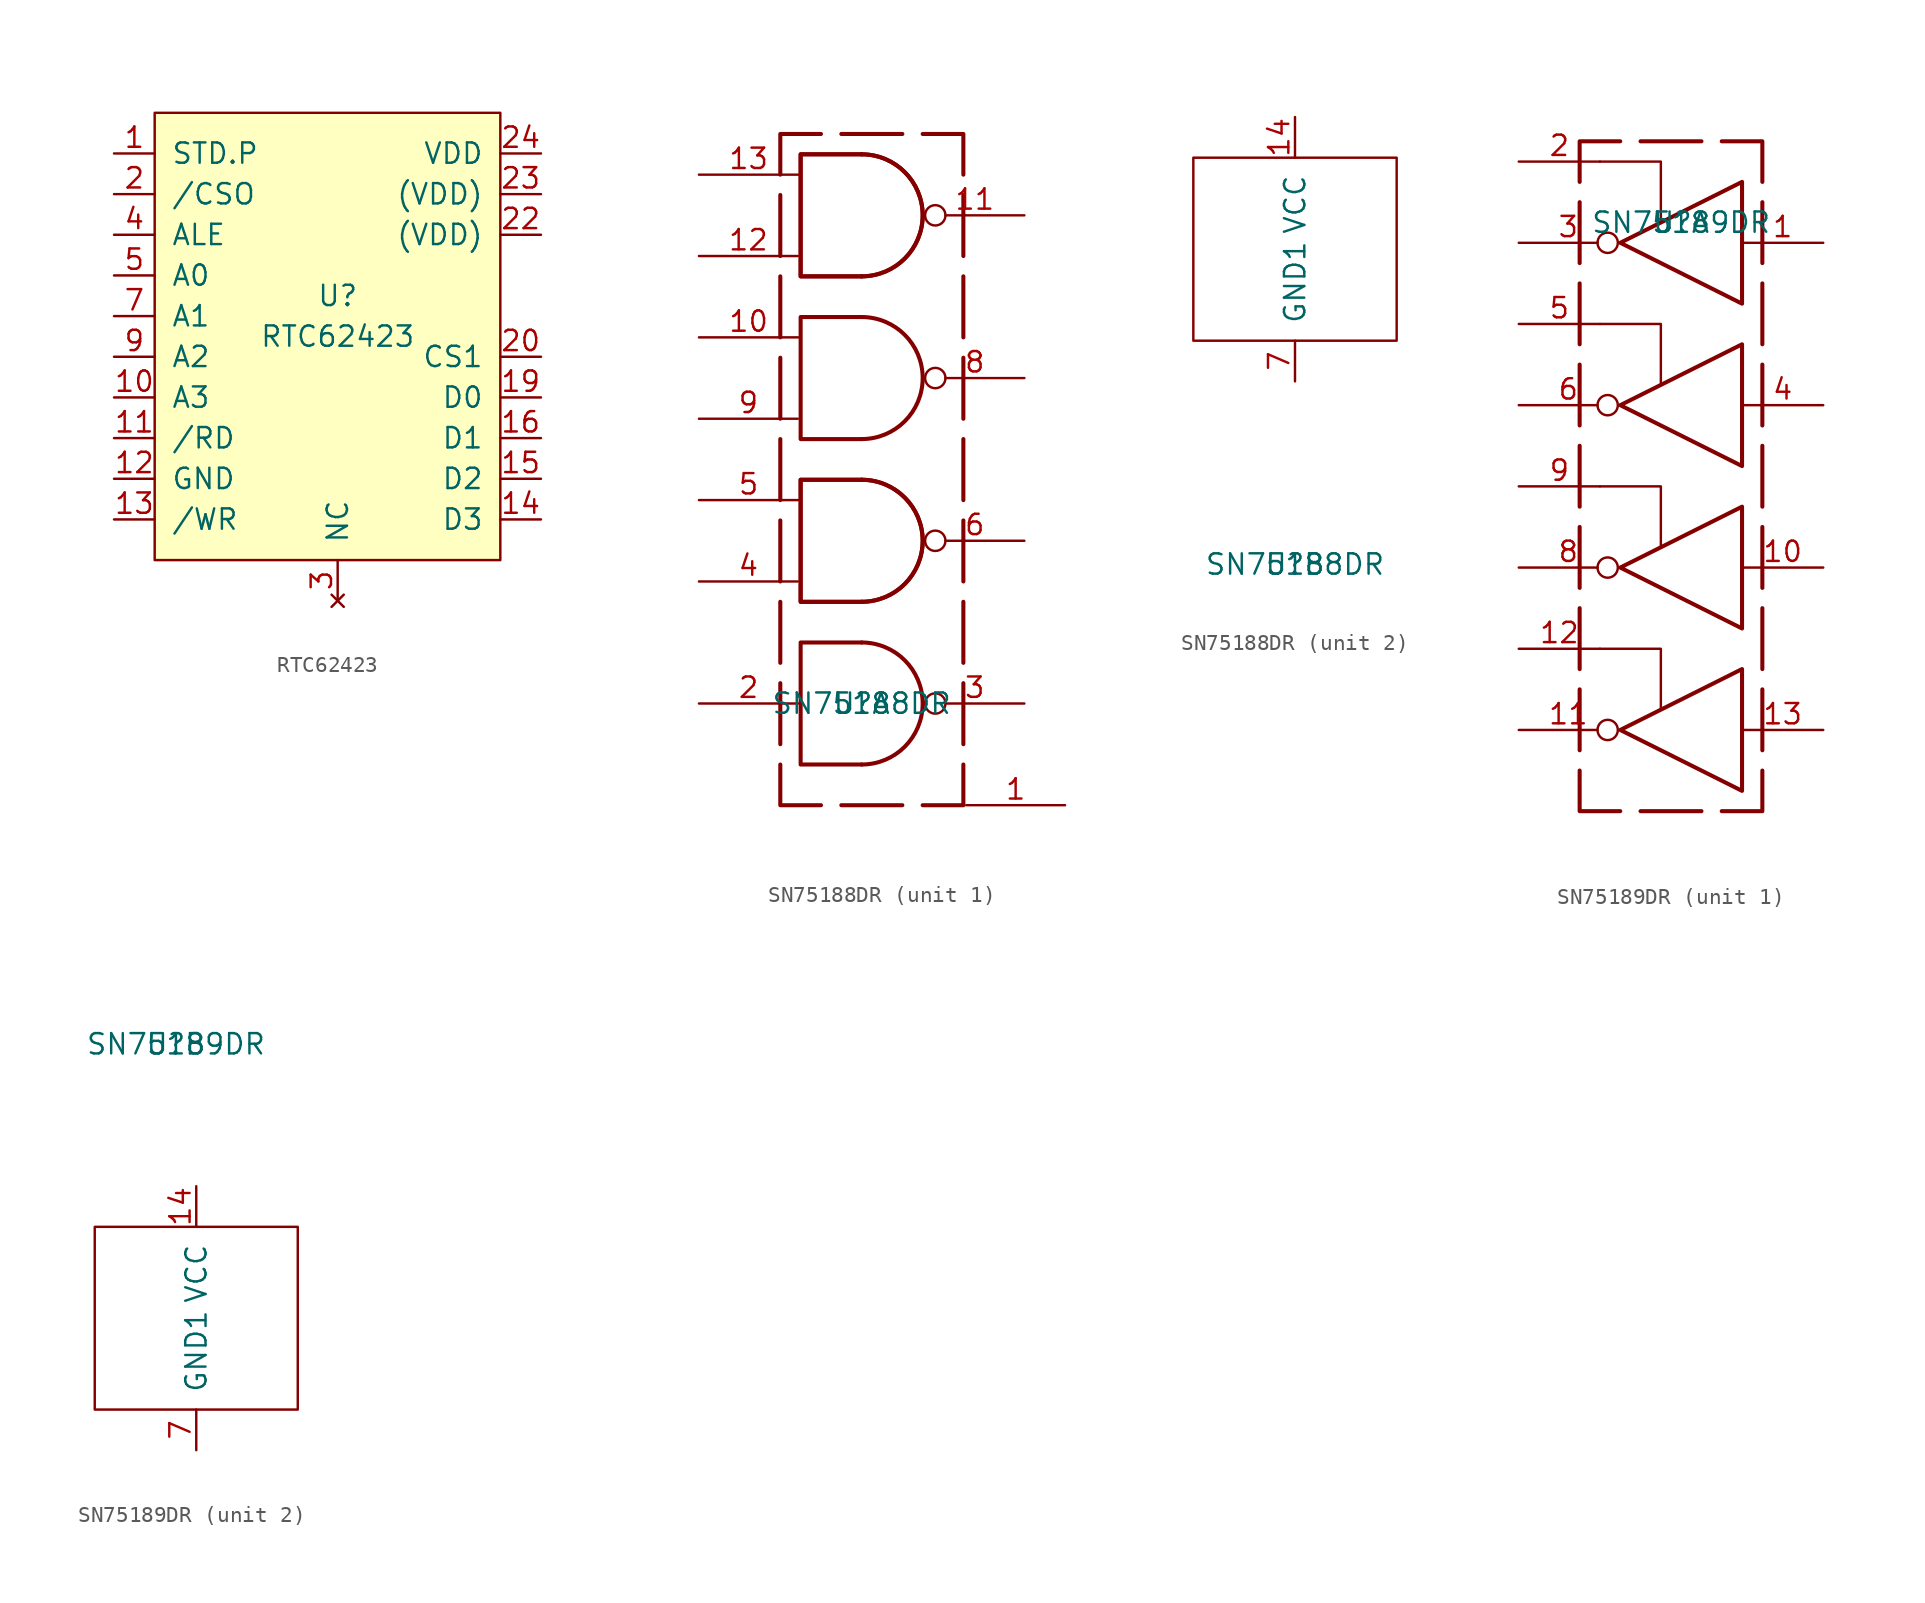
<source format=kicad_sym>
(kicad_symbol_lib
  (version 20220914)
  (generator kicad_symbol_editor)
  (symbol "RTC62423"
    (pin_names
      (offset 1.016))
    (property "Reference" "U"
      (at 0 2.54 0)
      (effects (font (size 1.27 1.27))))
    (property "Value" "RTC62423"
      (at 0 0 0)
      (effects (font (size 1.27 1.27))))
    (symbol "RTC62423_0_1"
      (rectangle (start -11.43 13.97) (end 10.16 -13.97) (stroke (width 0) (type solid)) (fill (type background))))
    (symbol "RTC62423_1_0"
      (pin no_connect line (at 0 -16.51 90) (length 2.54) hide (name "NC" (effects (font (size 1.27 1.27)))) (number "17" (effects (font (size 1.27 1.27)))))
      (pin no_connect line (at 0 -16.51 90) (length 2.54) hide (name "NC" (effects (font (size 1.27 1.27)))) (number "18" (effects (font (size 1.27 1.27)))))
      (pin no_connect line (at 0 -16.51 90) (length 2.54) hide (name "NC" (effects (font (size 1.27 1.27)))) (number "21" (effects (font (size 1.27 1.27)))))
      (pin no_connect line (at 0 -16.51 90) (length 2.54) (name "NC" (effects (font (size 1.27 1.27)))) (number "3" (effects (font (size 1.27 1.27)))))
      (pin no_connect line (at 0 -16.51 90) (length 2.54) hide (name "NC" (effects (font (size 1.27 1.27)))) (number "6" (effects (font (size 1.27 1.27)))))
      (pin no_connect line (at 0 -16.51 90) (length 2.54) hide (name "NC" (effects (font (size 1.27 1.27)))) (number "8" (effects (font (size 1.27 1.27))))))
    (symbol "RTC62423_1_1"
      (pin passive line (at -13.97 11.43 0) (length 2.54) (name "STD.P" (effects (font (size 1.27 1.27)))) (number "1" (effects (font (size 1.27 1.27)))))
      (pin passive line (at -13.97 -3.81 0) (length 2.54) (name "A3" (effects (font (size 1.27 1.27)))) (number "10" (effects (font (size 1.27 1.27)))))
      (pin passive line (at -13.97 -6.35 0) (length 2.54) (name "/RD" (effects (font (size 1.27 1.27)))) (number "11" (effects (font (size 1.27 1.27)))))
      (pin power_in line (at -13.97 -8.89 0) (length 2.54) (name "GND" (effects (font (size 1.27 1.27)))) (number "12" (effects (font (size 1.27 1.27)))))
      (pin passive line (at -13.97 -11.43 0) (length 2.54) (name "/WR" (effects (font (size 1.27 1.27)))) (number "13" (effects (font (size 1.27 1.27)))))
      (pin passive line (at 12.7 -11.43 180) (length 2.54) (name "D3" (effects (font (size 1.27 1.27)))) (number "14" (effects (font (size 1.27 1.27)))))
      (pin passive line (at 12.7 -8.89 180) (length 2.54) (name "D2" (effects (font (size 1.27 1.27)))) (number "15" (effects (font (size 1.27 1.27)))))
      (pin passive line (at 12.7 -6.35 180) (length 2.54) (name "D1" (effects (font (size 1.27 1.27)))) (number "16" (effects (font (size 1.27 1.27)))))
      (pin passive line (at 12.7 -3.81 180) (length 2.54) (name "D0" (effects (font (size 1.27 1.27)))) (number "19" (effects (font (size 1.27 1.27)))))
      (pin passive line (at -13.97 8.89 0) (length 2.54) (name "/CSO" (effects (font (size 1.27 1.27)))) (number "2" (effects (font (size 1.27 1.27)))))
      (pin passive line (at 12.7 -1.27 180) (length 2.54) (name "CS1" (effects (font (size 1.27 1.27)))) (number "20" (effects (font (size 1.27 1.27)))))
      (pin passive line (at 12.7 6.35 180) (length 2.54) (name "(VDD)" (effects (font (size 1.27 1.27)))) (number "22" (effects (font (size 1.27 1.27)))))
      (pin passive line (at 12.7 8.89 180) (length 2.54) (name "(VDD)" (effects (font (size 1.27 1.27)))) (number "23" (effects (font (size 1.27 1.27)))))
      (pin power_in line (at 12.7 11.43 180) (length 2.54) (name "VDD" (effects (font (size 1.27 1.27)))) (number "24" (effects (font (size 1.27 1.27)))))
      (pin passive line (at -13.97 6.35 0) (length 2.54) (name "ALE" (effects (font (size 1.27 1.27)))) (number "4" (effects (font (size 1.27 1.27)))))
      (pin passive line (at -13.97 3.81 0) (length 2.54) (name "A0" (effects (font (size 1.27 1.27)))) (number "5" (effects (font (size 1.27 1.27)))))
      (pin passive line (at -13.97 1.27 0) (length 2.54) (name "A1" (effects (font (size 1.27 1.27)))) (number "7" (effects (font (size 1.27 1.27)))))
      (pin passive line (at -13.97 -1.27 0) (length 2.54) (name "A2" (effects (font (size 1.27 1.27)))) (number "9" (effects (font (size 1.27 1.27)))))))
  (symbol "SN75188DR"
    (pin_names
      (offset 1.016))
    (property "Reference" "U"
      (at 0 -20.32 0)
      (effects (font (size 1.27 1.27))))
    (property "Value" "SN75188DR"
      (at 0 -20.32 0)
      (effects (font (size 1.27 1.27))))
    (property "ki_locked" ""
      (at 0 0 0)
      (effects (font (size 1.27 1.27))))
    (symbol "SN75188DR_1_1"
      (arc (start 0 -24.13) (mid 3.7934 -20.32) (end 0 -16.51) (stroke (width 0.254) (type solid)) (fill (type none)))
      (arc (start 0 -13.97) (mid 3.7934 -10.16) (end 0 -6.35) (stroke (width 0.254) (type solid)) (fill (type none)))
      (arc (start 0 -13.97) (mid 3.7934 -10.16) (end 0 -6.35) (stroke (width 0.254) (type solid)) (fill (type none)))
      (arc (start 0 -3.81) (mid 3.7934 0) (end 0 3.81) (stroke (width 0.254) (type solid)) (fill (type none)))
      (polyline (pts (xy -5.08 -19.05) (xy -5.08 -22.86)) (stroke (width 0.254) (type solid)) (fill (type none)))
      (polyline (pts (xy -5.08 -13.97) (xy -5.08 -17.78)) (stroke (width 0.254) (type solid)) (fill (type none)))
      (polyline (pts (xy -5.08 -8.89) (xy -5.08 -12.7)) (stroke (width 0.254) (type solid)) (fill (type none)))
      (polyline (pts (xy -5.08 -3.81) (xy -5.08 -7.62)) (stroke (width 0.254) (type solid)) (fill (type none)))
      (polyline (pts (xy -5.08 1.27) (xy -5.08 -2.54)) (stroke (width 0.254) (type solid)) (fill (type none)))
      (polyline (pts (xy -5.08 6.35) (xy -5.08 2.54)) (stroke (width 0.254) (type solid)) (fill (type none)))
      (polyline (pts (xy -5.08 11.43) (xy -5.08 7.62)) (stroke (width 0.254) (type solid)) (fill (type none)))
      (polyline (pts (xy -1.27 -26.67) (xy 2.54 -26.67)) (stroke (width 0.254) (type solid)) (fill (type none)))
      (polyline (pts (xy -1.27 15.24) (xy 2.54 15.24)) (stroke (width 0.254) (type solid)) (fill (type none)))
      (polyline (pts (xy 6.35 -19.05) (xy 6.35 -22.86)) (stroke (width 0.254) (type solid)) (fill (type none)))
      (polyline (pts (xy 6.35 -13.97) (xy 6.35 -17.78)) (stroke (width 0.254) (type solid)) (fill (type none)))
      (polyline (pts (xy 6.35 -8.89) (xy 6.35 -12.7)) (stroke (width 0.254) (type solid)) (fill (type none)))
      (polyline (pts (xy 6.35 -3.81) (xy 6.35 -7.62)) (stroke (width 0.254) (type solid)) (fill (type none)))
      (polyline (pts (xy 6.35 1.27) (xy 6.35 -2.54)) (stroke (width 0.254) (type solid)) (fill (type none)))
      (polyline (pts (xy 6.35 6.35) (xy 6.35 2.54)) (stroke (width 0.254) (type solid)) (fill (type none)))
      (polyline (pts (xy 6.35 11.43) (xy 6.35 7.62)) (stroke (width 0.254) (type solid)) (fill (type none)))
      (polyline (pts (xy -2.54 -26.67) (xy -5.08 -26.67) (xy -5.08 -24.13)) (stroke (width 0.254) (type solid)) (fill (type none)))
      (polyline (pts (xy -2.54 15.24) (xy -5.08 15.24) (xy -5.08 12.7)) (stroke (width 0.254) (type solid)) (fill (type none)))
      (polyline (pts (xy 3.81 -26.67) (xy 6.35 -26.67) (xy 6.35 -24.13)) (stroke (width 0.254) (type solid)) (fill (type none)))
      (polyline (pts (xy 3.81 15.24) (xy 6.35 15.24) (xy 6.35 12.7)) (stroke (width 0.254) (type solid)) (fill (type none)))
      (polyline (pts (xy 0 -24.13) (xy -3.81 -24.13) (xy -3.81 -16.51) (xy 0 -16.51)) (stroke (width 0.254) (type solid)) (fill (type none)))
      (polyline (pts (xy 0 -13.97) (xy -3.81 -13.97) (xy -3.81 -6.35) (xy 0 -6.35)) (stroke (width 0.254) (type solid)) (fill (type none)))
      (polyline (pts (xy 0 -13.97) (xy -3.81 -13.97) (xy -3.81 -6.35) (xy 0 -6.35)) (stroke (width 0.254) (type solid)) (fill (type none)))
      (polyline (pts (xy 0 -3.81) (xy -3.81 -3.81) (xy -3.81 3.81) (xy 0 3.81)) (stroke (width 0.254) (type solid)) (fill (type none)))
      (polyline (pts (xy 0 6.35) (xy -3.81 6.35) (xy -3.81 13.97) (xy 0 13.97)) (stroke (width 0.254) (type solid)) (fill (type none)))
      (polyline (pts (xy 0 6.35) (xy -3.81 6.35) (xy -3.81 13.97) (xy 0 13.97)) (stroke (width 0.254) (type solid)) (fill (type none)))
      (arc (start 0 6.35) (mid 3.7934 10.16) (end 0 13.97) (stroke (width 0.254) (type solid)) (fill (type none)))
      (arc (start 0 6.35) (mid 3.7934 10.16) (end 0 13.97) (stroke (width 0.254) (type solid)) (fill (type none)))
      (pin input line (at 12.7 -26.67 180) (length 6.172) (name "~" (effects (font (size 1.27 1.27)))) (number "1" (effects (font (size 1.27 1.27)))))
      (pin input line (at -10.16 2.54 0) (length 6.198) (name "~" (effects (font (size 1.27 1.27)))) (number "10" (effects (font (size 1.27 1.27)))))
      (pin output inverted (at 10.16 10.16 180) (length 6.198) (name "~" (effects (font (size 1.27 1.27)))) (number "11" (effects (font (size 1.27 1.27)))))
      (pin input line (at -10.16 7.62 0) (length 6.172) (name "~" (effects (font (size 1.27 1.27)))) (number "12" (effects (font (size 1.27 1.27)))))
      (pin input line (at -10.16 12.7 0) (length 6.198) (name "~" (effects (font (size 1.27 1.27)))) (number "13" (effects (font (size 1.27 1.27)))))
      (pin input line (at -10.16 -20.32 0) (length 6.198) (name "~" (effects (font (size 1.27 1.27)))) (number "2" (effects (font (size 1.27 1.27)))))
      (pin output inverted (at 10.16 -20.32 180) (length 6.198) (name "~" (effects (font (size 1.27 1.27)))) (number "3" (effects (font (size 1.27 1.27)))))
      (pin input line (at -10.16 -12.7 0) (length 6.172) (name "~" (effects (font (size 1.27 1.27)))) (number "4" (effects (font (size 1.27 1.27)))))
      (pin input line (at -10.16 -7.62 0) (length 6.198) (name "~" (effects (font (size 1.27 1.27)))) (number "5" (effects (font (size 1.27 1.27)))))
      (pin output inverted (at 10.16 -10.16 180) (length 6.198) (name "~" (effects (font (size 1.27 1.27)))) (number "6" (effects (font (size 1.27 1.27)))))
      (pin output inverted (at 10.16 0 180) (length 6.198) (name "~" (effects (font (size 1.27 1.27)))) (number "8" (effects (font (size 1.27 1.27)))))
      (pin input line (at -10.16 -2.54 0) (length 6.172) (name "~" (effects (font (size 1.27 1.27)))) (number "9" (effects (font (size 1.27 1.27))))))
    (symbol "SN75188DR_2_1"
      (rectangle (start -6.35 5.08) (end 6.35 -6.35) (stroke (width 0) (type solid)) (fill (type none)))
      (pin passive line (at 0 7.62 270) (length 2.54) (name "VCC" (effects (font (size 1.27 1.27)))) (number "14" (effects (font (size 1.27 1.27)))))
      (pin passive line (at 0 -8.89 90) (length 2.54) (name "GND1" (effects (font (size 1.27 1.27)))) (number "7" (effects (font (size 1.27 1.27)))))))
  (symbol "SN75189DR"
    (pin_names
      (offset 1.016))
    (property "Reference" "U"
      (at -1.27 16.51 0)
      (effects (font (size 1.27 1.27))))
    (property "Value" "SN75189DR"
      (at -1.27 16.51 0)
      (effects (font (size 1.27 1.27))))
    (property "ki_locked" ""
      (at 0 0 0)
      (effects (font (size 1.27 1.27))))
    (symbol "SN75189DR_1_1"
      (polyline (pts (xy -7.62 -16.51) (xy -7.62 -12.7)) (stroke (width 0.254) (type solid)) (fill (type none)))
      (polyline (pts (xy -7.62 -11.43) (xy -7.62 -7.62)) (stroke (width 0.254) (type solid)) (fill (type none)))
      (polyline (pts (xy -7.62 -6.35) (xy -7.62 -2.54)) (stroke (width 0.254) (type solid)) (fill (type none)))
      (polyline (pts (xy -7.62 -1.27) (xy -7.62 2.54)) (stroke (width 0.254) (type solid)) (fill (type none)))
      (polyline (pts (xy -7.62 3.81) (xy -7.62 7.62)) (stroke (width 0.254) (type solid)) (fill (type none)))
      (polyline (pts (xy -7.62 8.89) (xy -7.62 12.7)) (stroke (width 0.254) (type solid)) (fill (type none)))
      (polyline (pts (xy -7.62 13.97) (xy -7.62 17.78)) (stroke (width 0.254) (type solid)) (fill (type none)))
      (polyline (pts (xy -3.81 -20.32) (xy 0 -20.32)) (stroke (width 0.254) (type solid)) (fill (type none)))
      (polyline (pts (xy -3.81 21.59) (xy 0 21.59)) (stroke (width 0.254) (type solid)) (fill (type none)))
      (polyline (pts (xy 3.81 -16.51) (xy 3.81 -12.7)) (stroke (width 0.254) (type solid)) (fill (type none)))
      (polyline (pts (xy 3.81 -11.43) (xy 3.81 -7.62)) (stroke (width 0.254) (type solid)) (fill (type none)))
      (polyline (pts (xy 3.81 -6.35) (xy 3.81 -2.54)) (stroke (width 0.254) (type solid)) (fill (type none)))
      (polyline (pts (xy 3.81 -1.27) (xy 3.81 2.54)) (stroke (width 0.254) (type solid)) (fill (type none)))
      (polyline (pts (xy 3.81 3.81) (xy 3.81 7.62)) (stroke (width 0.254) (type solid)) (fill (type none)))
      (polyline (pts (xy 3.81 8.89) (xy 3.81 12.7)) (stroke (width 0.254) (type solid)) (fill (type none)))
      (polyline (pts (xy 3.81 13.97) (xy 3.81 17.78)) (stroke (width 0.254) (type solid)) (fill (type none)))
      (polyline (pts (xy -6.35 -10.16) (xy -2.54 -10.16) (xy -2.54 -13.97)) (stroke (width 0) (type solid)) (fill (type none)))
      (polyline (pts (xy -6.35 0) (xy -2.54 0) (xy -2.54 -3.81)) (stroke (width 0) (type solid)) (fill (type none)))
      (polyline (pts (xy -6.35 10.16) (xy -2.54 10.16) (xy -2.54 6.35)) (stroke (width 0) (type solid)) (fill (type none)))
      (polyline (pts (xy -6.35 20.32) (xy -2.54 20.32) (xy -2.54 16.51)) (stroke (width 0) (type solid)) (fill (type none)))
      (polyline (pts (xy -5.08 -20.32) (xy -7.62 -20.32) (xy -7.62 -17.78)) (stroke (width 0.254) (type solid)) (fill (type none)))
      (polyline (pts (xy -5.08 21.59) (xy -7.62 21.59) (xy -7.62 19.05)) (stroke (width 0.254) (type solid)) (fill (type none)))
      (polyline (pts (xy 1.27 -20.32) (xy 3.81 -20.32) (xy 3.81 -17.78)) (stroke (width 0.254) (type solid)) (fill (type none)))
      (polyline (pts (xy 1.27 21.59) (xy 3.81 21.59) (xy 3.81 19.05)) (stroke (width 0.254) (type solid)) (fill (type none)))
      (polyline (pts (xy 2.54 -11.43) (xy 2.54 -19.05) (xy -5.08 -15.24) (xy 2.54 -11.43)) (stroke (width 0.254) (type solid)) (fill (type none)))
      (polyline (pts (xy 2.54 -1.27) (xy 2.54 -8.89) (xy -5.08 -5.08) (xy 2.54 -1.27)) (stroke (width 0.254) (type solid)) (fill (type none)))
      (polyline (pts (xy 2.54 8.89) (xy 2.54 1.27) (xy -5.08 5.08) (xy 2.54 8.89)) (stroke (width 0.254) (type solid)) (fill (type none)))
      (polyline (pts (xy 2.54 19.05) (xy 2.54 11.43) (xy -5.08 15.24) (xy 2.54 19.05)) (stroke (width 0.254) (type solid)) (fill (type none)))
      (pin input line (at 7.62 15.24 180) (length 5.08) (name "~" (effects (font (size 1.27 1.27)))) (number "1" (effects (font (size 1.27 1.27)))))
      (pin input line (at 7.62 -5.08 180) (length 5.08) (name "~" (effects (font (size 1.27 1.27)))) (number "10" (effects (font (size 1.27 1.27)))))
      (pin output inverted (at -11.43 -15.24 0) (length 6.198) (name "~" (effects (font (size 1.27 1.27)))) (number "11" (effects (font (size 1.27 1.27)))))
      (pin passive line (at -11.43 -10.16 0) (length 5.08) (name "~" (effects (font (size 1.27 1.27)))) (number "12" (effects (font (size 1.27 1.27)))))
      (pin input line (at 7.62 -15.24 180) (length 5.08) (name "~" (effects (font (size 1.27 1.27)))) (number "13" (effects (font (size 1.27 1.27)))))
      (pin passive line (at -11.43 20.32 0) (length 5.08) (name "~" (effects (font (size 1.27 1.27)))) (number "2" (effects (font (size 1.27 1.27)))))
      (pin output inverted (at -11.43 15.24 0) (length 6.198) (name "~" (effects (font (size 1.27 1.27)))) (number "3" (effects (font (size 1.27 1.27)))))
      (pin input line (at 7.62 5.08 180) (length 5.08) (name "~" (effects (font (size 1.27 1.27)))) (number "4" (effects (font (size 1.27 1.27)))))
      (pin passive line (at -11.43 10.16 0) (length 5.08) (name "~" (effects (font (size 1.27 1.27)))) (number "5" (effects (font (size 1.27 1.27)))))
      (pin output inverted (at -11.43 5.08 0) (length 6.198) (name "~" (effects (font (size 1.27 1.27)))) (number "6" (effects (font (size 1.27 1.27)))))
      (pin output inverted (at -11.43 -5.08 0) (length 6.198) (name "~" (effects (font (size 1.27 1.27)))) (number "8" (effects (font (size 1.27 1.27)))))
      (pin passive line (at -11.43 0 0) (length 5.08) (name "~" (effects (font (size 1.27 1.27)))) (number "9" (effects (font (size 1.27 1.27))))))
    (symbol "SN75189DR_2_1"
      (rectangle (start -6.35 5.08) (end 6.35 -6.35) (stroke (width 0) (type solid)) (fill (type none)))
      (pin passive line (at 0 7.62 270) (length 2.54) (name "VCC" (effects (font (size 1.27 1.27)))) (number "14" (effects (font (size 1.27 1.27)))))
      (pin passive line (at 0 -8.89 90) (length 2.54) (name "GND1" (effects (font (size 1.27 1.27)))) (number "7" (effects (font (size 1.27 1.27))))))))
</source>
